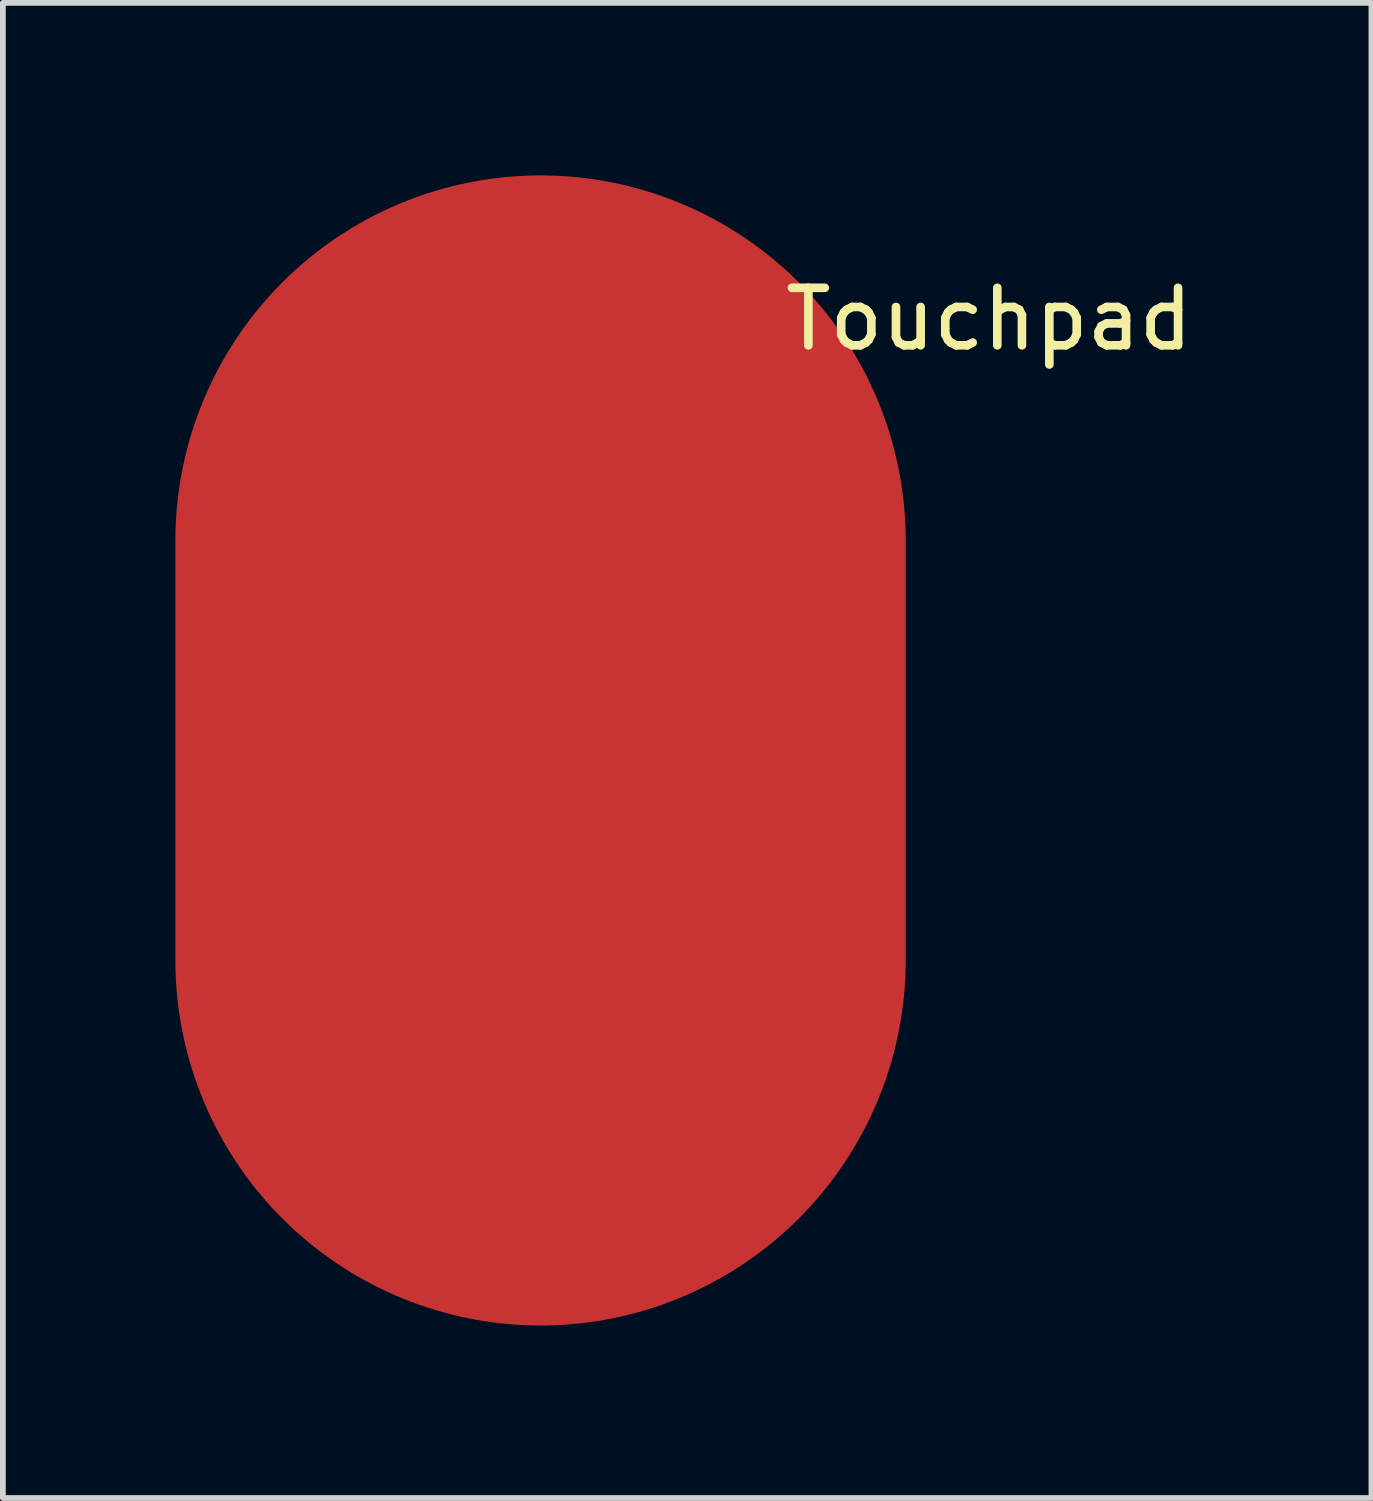
<source format=kicad_pcb>
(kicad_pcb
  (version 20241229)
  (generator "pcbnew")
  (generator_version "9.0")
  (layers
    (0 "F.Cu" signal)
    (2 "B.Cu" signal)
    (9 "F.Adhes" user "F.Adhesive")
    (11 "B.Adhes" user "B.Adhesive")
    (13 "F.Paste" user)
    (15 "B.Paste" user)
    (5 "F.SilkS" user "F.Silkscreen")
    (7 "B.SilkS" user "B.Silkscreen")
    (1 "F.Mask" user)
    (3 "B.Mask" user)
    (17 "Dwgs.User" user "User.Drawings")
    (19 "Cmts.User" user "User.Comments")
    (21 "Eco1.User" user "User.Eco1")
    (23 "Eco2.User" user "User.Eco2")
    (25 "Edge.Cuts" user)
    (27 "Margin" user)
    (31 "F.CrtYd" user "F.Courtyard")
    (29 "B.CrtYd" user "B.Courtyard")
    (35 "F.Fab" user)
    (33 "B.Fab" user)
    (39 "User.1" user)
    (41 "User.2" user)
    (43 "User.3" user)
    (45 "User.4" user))
  (footprint "Touchpad"
    (layer "F.Cu")
    (at 6.35 10)
    (property "Reference" "Touchpad" (at 7.8 -7.5 0) (layer "F.SilkS") (effects (font (size 1 1) (thickness 0.15))))
    (attr through_hole)
    (pad "1" smd oval (at 0 0) (size 12.7 20) (layers "F.Cu" "F.Mask" "F.Paste")))
  (gr_rect
    (start -3 -3)
    (end 20.799 23)
    (stroke (width 0.1) (type default))
    (fill no)
    (layer "Edge.Cuts")))
</source>
